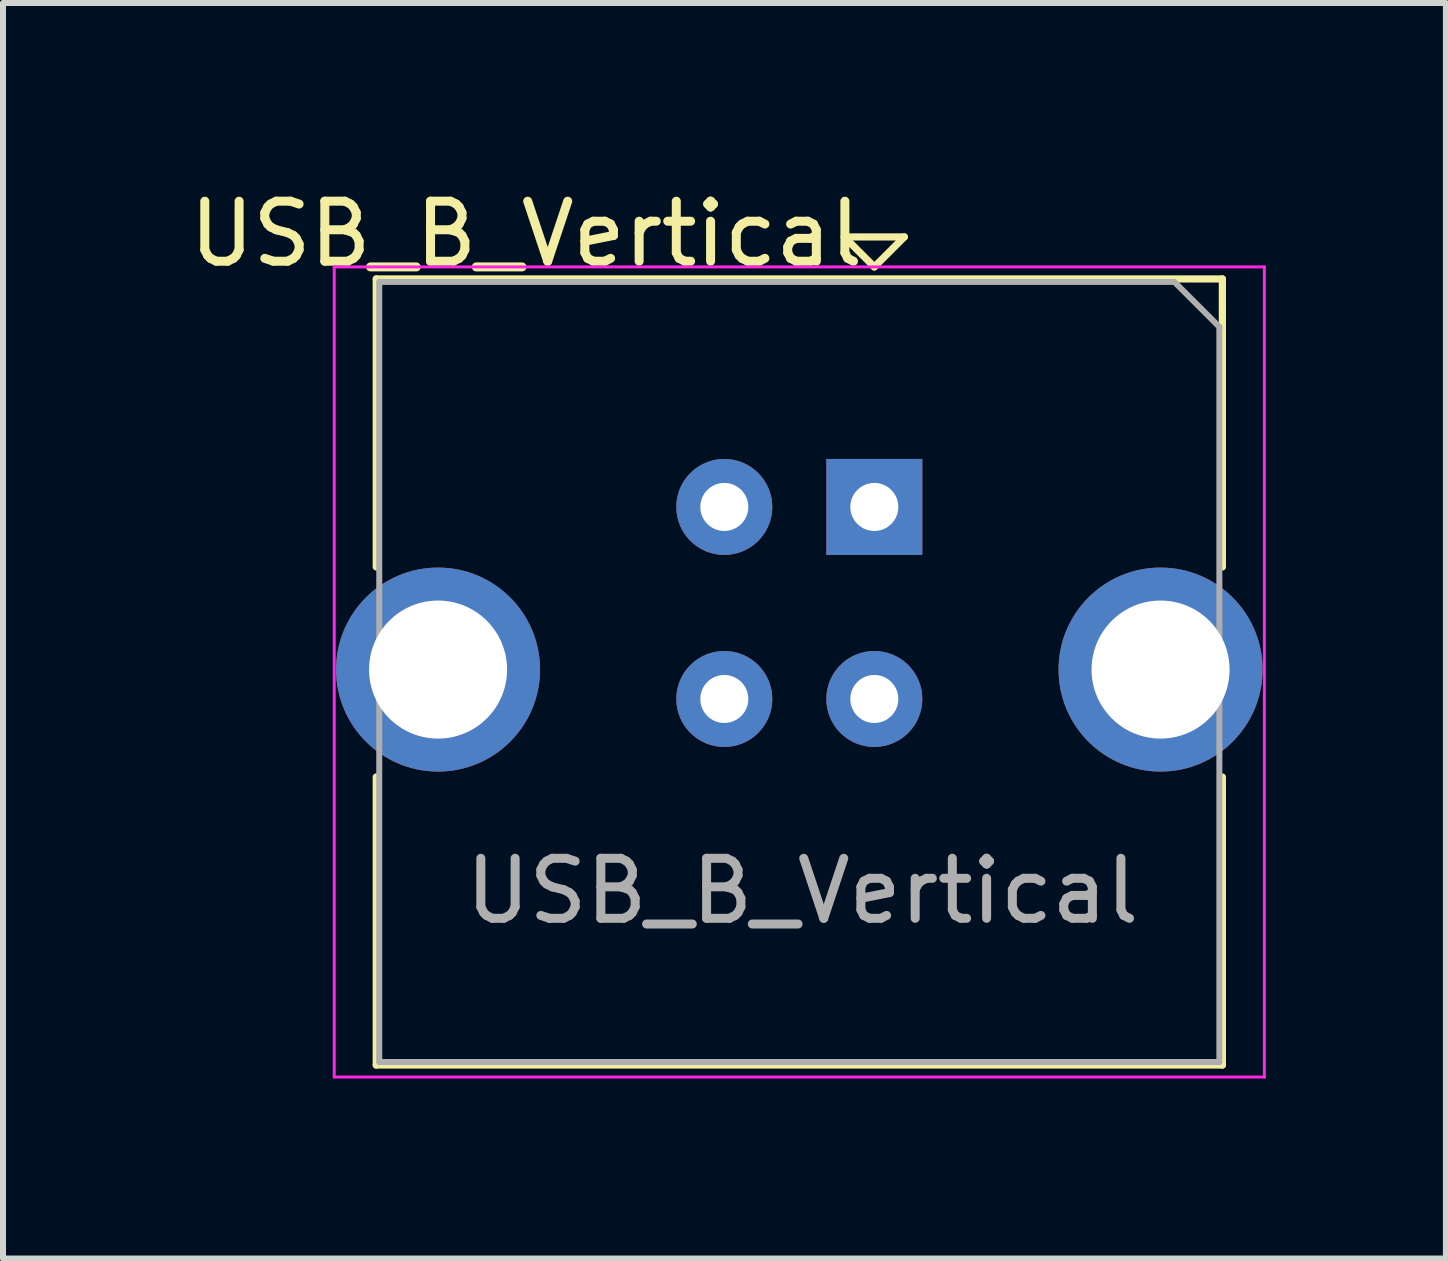
<source format=kicad_pcb>
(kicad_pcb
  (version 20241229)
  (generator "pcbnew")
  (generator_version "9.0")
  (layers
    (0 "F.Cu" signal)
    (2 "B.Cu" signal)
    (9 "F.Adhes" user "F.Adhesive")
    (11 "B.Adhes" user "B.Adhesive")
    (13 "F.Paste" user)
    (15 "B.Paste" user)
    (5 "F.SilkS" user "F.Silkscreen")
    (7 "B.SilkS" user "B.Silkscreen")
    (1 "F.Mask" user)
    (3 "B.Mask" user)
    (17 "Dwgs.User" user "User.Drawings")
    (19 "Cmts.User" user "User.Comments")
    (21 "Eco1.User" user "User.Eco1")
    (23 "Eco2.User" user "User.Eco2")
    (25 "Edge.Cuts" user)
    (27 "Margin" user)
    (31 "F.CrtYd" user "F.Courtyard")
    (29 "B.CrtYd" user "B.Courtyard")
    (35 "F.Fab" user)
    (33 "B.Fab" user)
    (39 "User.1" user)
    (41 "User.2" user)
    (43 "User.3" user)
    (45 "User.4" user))
  (footprint "USB_B_Vertical"
    (layer "F.Cu")
    (at 11.52 5.398)
    (property "Reference" "USB_B_Vertical" (at -5.8 -4.55 0) (layer "F.SilkS") (effects (font (size 1 1) (thickness 0.15))))
    (attr through_hole)
    (fp_line (start -8.3 -3.8) (end 5.8 -3.8) (stroke (width 0.12) (type solid)) (layer "F.SilkS"))
    (fp_line (start -8.3 1) (end -8.3 -3.8) (stroke (width 0.12) (type solid)) (layer "F.SilkS"))
    (fp_line (start -8.3 9.3) (end -8.3 4.5) (stroke (width 0.12) (type solid)) (layer "F.SilkS"))
    (fp_line (start -0.5 -4.5) (end 0 -4) (stroke (width 0.12) (type solid)) (layer "F.SilkS"))
    (fp_line (start 0 -4) (end 0.5 -4.5) (stroke (width 0.12) (type solid)) (layer "F.SilkS"))
    (fp_line (start 0.5 -4.5) (end -0.5 -4.5) (stroke (width 0.12) (type solid)) (layer "F.SilkS"))
    (fp_line (start 5.8 -3.8) (end 5.8 1) (stroke (width 0.12) (type solid)) (layer "F.SilkS"))
    (fp_line (start 5.8 4.5) (end 5.8 9.3) (stroke (width 0.12) (type solid)) (layer "F.SilkS"))
    (fp_line (start 5.8 9.3) (end -8.3 9.3) (stroke (width 0.12) (type solid)) (layer "F.SilkS"))
    (fp_line (start -9 -4) (end -9 9.5) (stroke (width 0.05) (type solid)) (layer "F.CrtYd"))
    (fp_line (start -9 -4) (end 6.5 -4) (stroke (width 0.05) (type solid)) (layer "F.CrtYd"))
    (fp_line (start 6.5 9.5) (end -9 9.5) (stroke (width 0.05) (type solid)) (layer "F.CrtYd"))
    (fp_line (start 6.5 9.5) (end 6.5 -4) (stroke (width 0.05) (type solid)) (layer "F.CrtYd"))
    (fp_line (start -8.25 -3.75) (end 5 -3.75) (stroke (width 0.1) (type solid)) (layer "F.Fab"))
    (fp_line (start -8.25 9.25) (end -8.25 -3.75) (stroke (width 0.1) (type solid)) (layer "F.Fab"))
    (fp_line (start 5 -3.75) (end 5.75 -3) (stroke (width 0.1) (type solid)) (layer "F.Fab"))
    (fp_line (start 5.75 -3) (end 5.75 9.25) (stroke (width 0.1) (type solid)) (layer "F.Fab"))
    (fp_line (start 5.75 9.25) (end -8.25 9.25) (stroke (width 0.1) (type solid)) (layer "F.Fab"))
    (fp_text user "${REFERENCE}" (at -1.2 6.4 0) (layer "F.Fab") (effects (font (size 1 1) (thickness 0.15))))
    (pad "1" thru_hole rect (at 0 0) (size 1.6 1.6) (drill 0.8) (layers "*.Cu" "*.Mask"))
    (pad "2" thru_hole circle (at -2.5 0) (size 1.6 1.6) (drill 0.8) (layers "*.Cu" "*.Mask"))
    (pad "3" thru_hole circle (at -2.5 3.2) (size 1.6 1.6) (drill 0.8) (layers "*.Cu" "*.Mask"))
    (pad "4" thru_hole circle (at 0 3.2) (size 1.6 1.6) (drill 0.8) (layers "*.Cu" "*.Mask"))
    (pad "5" thru_hole circle (at -7.27 2.71) (size 3.4 3.4) (drill 2.3) (layers "*.Cu" "*.Mask"))
    (pad "5" thru_hole circle (at 4.77 2.71) (size 3.4 3.4) (drill 2.3) (layers "*.Cu" "*.Mask")))
  (gr_rect
    (start -3 -3)
    (end 21.045 17.923)
    (stroke (width 0.1) (type default))
    (fill no)
    (layer "Edge.Cuts")))
</source>
